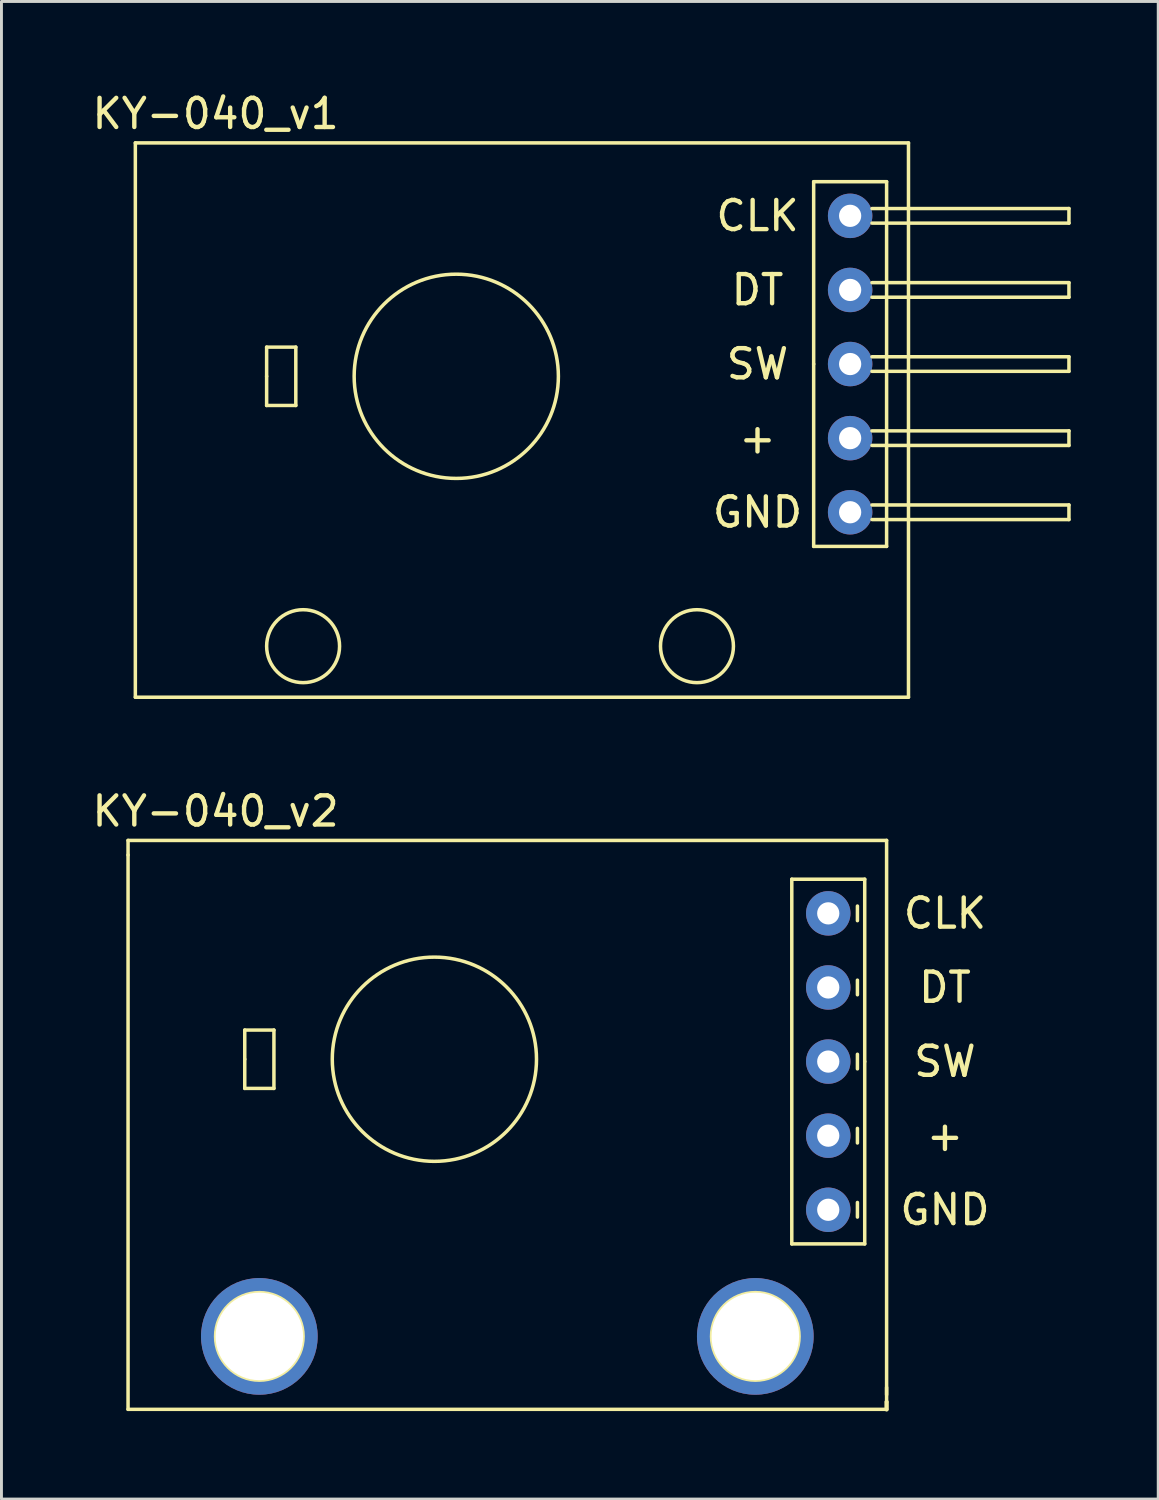
<source format=kicad_pcb>
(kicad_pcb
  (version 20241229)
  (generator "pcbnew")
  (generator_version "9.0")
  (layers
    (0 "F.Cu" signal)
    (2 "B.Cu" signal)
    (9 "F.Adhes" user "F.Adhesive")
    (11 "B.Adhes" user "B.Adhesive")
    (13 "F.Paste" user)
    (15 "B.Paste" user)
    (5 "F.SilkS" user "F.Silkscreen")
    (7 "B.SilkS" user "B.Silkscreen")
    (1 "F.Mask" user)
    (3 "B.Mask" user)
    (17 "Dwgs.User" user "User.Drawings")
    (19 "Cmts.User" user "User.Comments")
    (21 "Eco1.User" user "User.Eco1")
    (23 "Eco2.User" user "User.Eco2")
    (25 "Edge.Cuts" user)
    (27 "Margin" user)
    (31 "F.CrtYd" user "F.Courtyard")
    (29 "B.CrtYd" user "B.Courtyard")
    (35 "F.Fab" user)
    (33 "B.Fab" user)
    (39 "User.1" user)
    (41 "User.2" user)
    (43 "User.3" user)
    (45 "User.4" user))
  (footprint "KY-040_v2"
    (layer "F.Cu")
    (at 25.339 28.256)
    (property "Reference" "KY-040_v2" (at -21 -3.5 0) (layer "F.SilkS") (effects (font (size 1 1) (thickness 0.15))))
    (attr through_hole)
    (fp_line (start -24 -2.5) (end 2 -2.5) (stroke (width 0.12) (type solid)) (layer "F.SilkS"))
    (fp_line (start -24 -2) (end -24 -2.5) (stroke (width 0.12) (type solid)) (layer "F.SilkS"))
    (fp_line (start -24 -2) (end -24 17) (stroke (width 0.12) (type solid)) (layer "F.SilkS"))
    (fp_line (start -20 4) (end -19 4) (stroke (width 0.12) (type solid)) (layer "F.SilkS"))
    (fp_line (start -20 5) (end -20 4) (stroke (width 0.12) (type solid)) (layer "F.SilkS"))
    (fp_line (start -20 5) (end -20 6) (stroke (width 0.12) (type solid)) (layer "F.SilkS"))
    (fp_line (start -20 6) (end -19 6) (stroke (width 0.12) (type solid)) (layer "F.SilkS"))
    (fp_line (start -19 4) (end -19 6) (stroke (width 0.12) (type solid)) (layer "F.SilkS"))
    (fp_line (start -1.25 -1.17) (end -1.25 11.33) (stroke (width 0.12) (type solid)) (layer "F.SilkS"))
    (fp_line (start -1.25 11.33) (end 1.25 11.33) (stroke (width 0.12) (type solid)) (layer "F.SilkS"))
    (fp_line (start 1 -0.25) (end 1 0.25) (stroke (width 0.12) (type solid)) (layer "F.SilkS"))
    (fp_line (start 1 2.29) (end 1 2.79) (stroke (width 0.12) (type solid)) (layer "F.SilkS"))
    (fp_line (start 1 4.83) (end 1 5.33) (stroke (width 0.12) (type solid)) (layer "F.SilkS"))
    (fp_line (start 1 7.37) (end 1 7.87) (stroke (width 0.12) (type solid)) (layer "F.SilkS"))
    (fp_line (start 1 9.91) (end 1 10.41) (stroke (width 0.12) (type solid)) (layer "F.SilkS"))
    (fp_line (start 1.25 -1.17) (end -1.25 -1.17) (stroke (width 0.12) (type solid)) (layer "F.SilkS"))
    (fp_line (start 1.25 5.08) (end 1.25 -1.17) (stroke (width 0.12) (type solid)) (layer "F.SilkS"))
    (fp_line (start 1.25 11.33) (end 1.25 5.08) (stroke (width 0.12) (type solid)) (layer "F.SilkS"))
    (fp_line (start 2 16.25) (end 2 16.75) (stroke (width 0.12) (type solid)) (layer "F.SilkS"))
    (fp_line (start 2 16.5) (end 2 -2.5) (stroke (width 0.12) (type solid)) (layer "F.SilkS"))
    (fp_line (start 2 17) (end -24 17) (stroke (width 0.12) (type solid)) (layer "F.SilkS"))
    (fp_line (start 2 17) (end 2 16.75) (stroke (width 0.15) (type solid)) (layer "F.SilkS"))
    (fp_circle (center -19.5 14.5) (end -18 14.5) (stroke (width 0.12) (type solid)) (fill no) (layer "F.SilkS"))
    (fp_circle (center -13.5 5) (end -10 5) (stroke (width 0.12) (type solid)) (fill no) (layer "F.SilkS"))
    (fp_circle (center -2.5 14.5) (end -1 14.5) (stroke (width 0.12) (type solid)) (fill no) (layer "F.SilkS"))
    (fp_text user "DT" (at 4 2.54 0) (layer "F.SilkS") (effects (font (size 1 1) (thickness 0.15))))
    (fp_text user "+" (at 4 7.62 0) (layer "F.SilkS") (effects (font (size 1 1) (thickness 0.15))))
    (fp_text user "GND" (at 4 10.16 0) (layer "F.SilkS") (effects (font (size 1 1) (thickness 0.15))))
    (fp_text user "CLK" (at 4 0 0) (layer "F.SilkS") (effects (font (size 1 1) (thickness 0.15))))
    (fp_text user "SW" (at 4 5.08 0) (layer "F.SilkS") (effects (font (size 1 1) (thickness 0.15))))
    (pad "" np_thru_hole circle (at -19.5 14.5) (size 4 4) (drill 3) (layers "*.Cu" "*.Mask"))
    (pad "" np_thru_hole circle (at -2.5 14.5) (size 4 4) (drill 3) (layers "*.Cu" "*.Mask"))
    (pad "1" thru_hole circle (at 0 0) (size 1.524 1.524) (drill 0.762) (layers "*.Cu" "*.Mask"))
    (pad "2" thru_hole circle (at 0 2.54) (size 1.524 1.524) (drill 0.762) (layers "*.Cu" "*.Mask"))
    (pad "3" thru_hole circle (at 0 5.08) (size 1.524 1.524) (drill 0.762) (layers "*.Cu" "*.Mask"))
    (pad "4" thru_hole circle (at 0 7.62) (size 1.524 1.524) (drill 0.762) (layers "*.Cu" "*.Mask"))
    (pad "5" thru_hole circle (at 0 10.16) (size 1.524 1.524) (drill 0.762) (layers "*.Cu" "*.Mask")))
  (footprint "KY-040_v1"
    (layer "F.Cu")
    (at 26.089 4.348)
    (property "Reference" "KY-040_v1" (at -21.75 -3.5 0) (layer "F.SilkS") (effects (font (size 1 1) (thickness 0.15))))
    (attr through_hole)
    (fp_line (start -24.5 -2.5) (end -24.5 16.5) (stroke (width 0.12) (type solid)) (layer "F.SilkS"))
    (fp_line (start -24.5 16.5) (end 2 16.5) (stroke (width 0.12) (type solid)) (layer "F.SilkS"))
    (fp_line (start -20 4.5) (end -19 4.5) (stroke (width 0.12) (type solid)) (layer "F.SilkS"))
    (fp_line (start -20 5.5) (end -20 4.5) (stroke (width 0.12) (type solid)) (layer "F.SilkS"))
    (fp_line (start -20 5.5) (end -20 6.5) (stroke (width 0.12) (type solid)) (layer "F.SilkS"))
    (fp_line (start -20 6.5) (end -19 6.5) (stroke (width 0.12) (type solid)) (layer "F.SilkS"))
    (fp_line (start -19 4.5) (end -19 6.5) (stroke (width 0.12) (type solid)) (layer "F.SilkS"))
    (fp_line (start -1.25 -1.17) (end 1.25 -1.17) (stroke (width 0.12) (type solid)) (layer "F.SilkS"))
    (fp_line (start -1.25 5.08) (end -1.25 -1.17) (stroke (width 0.12) (type solid)) (layer "F.SilkS"))
    (fp_line (start -1.25 11.33) (end -1.25 5.08) (stroke (width 0.12) (type solid)) (layer "F.SilkS"))
    (fp_line (start 0.75 -0.25) (end 7.5 -0.25) (stroke (width 0.12) (type solid)) (layer "F.SilkS"))
    (fp_line (start 0.75 2.29) (end 7.5 2.29) (stroke (width 0.12) (type solid)) (layer "F.SilkS"))
    (fp_line (start 0.75 4.83) (end 7.5 4.83) (stroke (width 0.12) (type solid)) (layer "F.SilkS"))
    (fp_line (start 0.75 7.37) (end 7.5 7.37) (stroke (width 0.12) (type solid)) (layer "F.SilkS"))
    (fp_line (start 0.75 9.91) (end 7.5 9.91) (stroke (width 0.12) (type solid)) (layer "F.SilkS"))
    (fp_line (start 1.25 -1.17) (end 1.25 11.33) (stroke (width 0.12) (type solid)) (layer "F.SilkS"))
    (fp_line (start 1.25 11.33) (end -1.25 11.33) (stroke (width 0.12) (type solid)) (layer "F.SilkS"))
    (fp_line (start 2 -2.5) (end -24.5 -2.5) (stroke (width 0.12) (type solid)) (layer "F.SilkS"))
    (fp_line (start 2 16.5) (end 2 -2.5) (stroke (width 0.12) (type solid)) (layer "F.SilkS"))
    (fp_line (start 7.5 -0.25) (end 7.5 0.25) (stroke (width 0.12) (type solid)) (layer "F.SilkS"))
    (fp_line (start 7.5 0.25) (end 0.75 0.25) (stroke (width 0.12) (type solid)) (layer "F.SilkS"))
    (fp_line (start 7.5 2.29) (end 7.5 2.79) (stroke (width 0.12) (type solid)) (layer "F.SilkS"))
    (fp_line (start 7.5 2.79) (end 0.75 2.79) (stroke (width 0.12) (type solid)) (layer "F.SilkS"))
    (fp_line (start 7.5 4.83) (end 7.5 5.33) (stroke (width 0.12) (type solid)) (layer "F.SilkS"))
    (fp_line (start 7.5 5.33) (end 0.75 5.33) (stroke (width 0.12) (type solid)) (layer "F.SilkS"))
    (fp_line (start 7.5 7.37) (end 7.5 7.87) (stroke (width 0.12) (type solid)) (layer "F.SilkS"))
    (fp_line (start 7.5 7.87) (end 0.75 7.87) (stroke (width 0.12) (type solid)) (layer "F.SilkS"))
    (fp_line (start 7.5 9.91) (end 7.5 10.41) (stroke (width 0.12) (type solid)) (layer "F.SilkS"))
    (fp_line (start 7.5 10.41) (end 0.75 10.41) (stroke (width 0.12) (type solid)) (layer "F.SilkS"))
    (fp_circle (center -18.75 14.75) (end -17.5 14.75) (stroke (width 0.12) (type solid)) (fill no) (layer "F.SilkS"))
    (fp_circle (center -13.5 5.5) (end -10 5.5) (stroke (width 0.12) (type solid)) (fill no) (layer "F.SilkS"))
    (fp_circle (center -5.25 14.75) (end -4 14.75) (stroke (width 0.12) (type solid)) (fill no) (layer "F.SilkS"))
    (fp_text user "DT" (at -3.175 2.54 0) (layer "F.SilkS") (effects (font (size 1 1) (thickness 0.15))))
    (fp_text user "+" (at -3.175 7.62 0) (layer "F.SilkS") (effects (font (size 1 1) (thickness 0.15))))
    (fp_text user "SW" (at -3.175 5.08 0) (layer "F.SilkS") (effects (font (size 1 1) (thickness 0.15))))
    (fp_text user "GND" (at -3.175 10.16 0) (layer "F.SilkS") (effects (font (size 1 1) (thickness 0.15))))
    (fp_text user "CLK" (at -3.175 0 0) (layer "F.SilkS") (effects (font (size 1 1) (thickness 0.15))))
    (pad "1" thru_hole circle (at 0 0) (size 1.524 1.524) (drill 0.762) (layers "*.Cu" "*.Mask"))
    (pad "2" thru_hole circle (at 0 2.54) (size 1.524 1.524) (drill 0.762) (layers "*.Cu" "*.Mask"))
    (pad "3" thru_hole circle (at 0 5.08) (size 1.524 1.524) (drill 0.762) (layers "*.Cu" "*.Mask"))
    (pad "4" thru_hole circle (at 0 7.62) (size 1.524 1.524) (drill 0.762) (layers "*.Cu" "*.Mask"))
    (pad "5" thru_hole circle (at 0 10.16) (size 1.524 1.524) (drill 0.762) (layers "*.Cu" "*.Mask")))
  (gr_rect
    (start -3 -3)
    (end 36.649 48.331)
    (stroke (width 0.1) (type default))
    (fill no)
    (layer "Edge.Cuts")))
</source>
